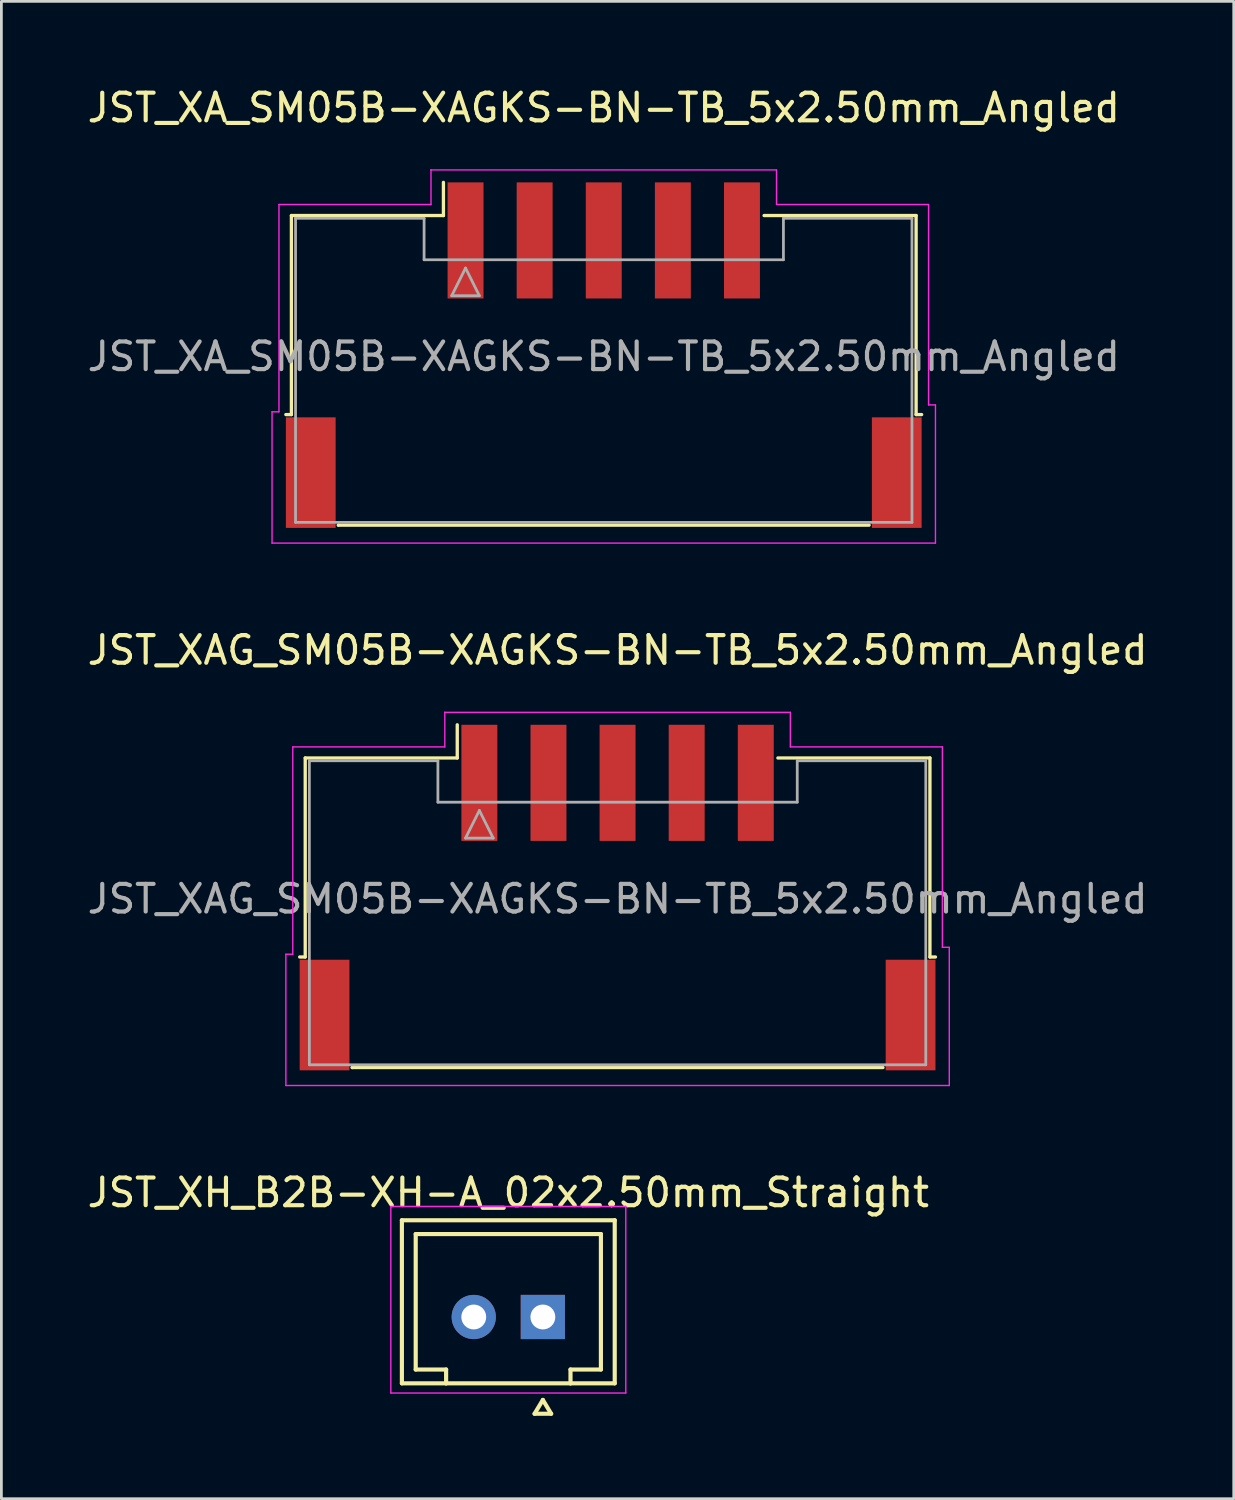
<source format=kicad_pcb>
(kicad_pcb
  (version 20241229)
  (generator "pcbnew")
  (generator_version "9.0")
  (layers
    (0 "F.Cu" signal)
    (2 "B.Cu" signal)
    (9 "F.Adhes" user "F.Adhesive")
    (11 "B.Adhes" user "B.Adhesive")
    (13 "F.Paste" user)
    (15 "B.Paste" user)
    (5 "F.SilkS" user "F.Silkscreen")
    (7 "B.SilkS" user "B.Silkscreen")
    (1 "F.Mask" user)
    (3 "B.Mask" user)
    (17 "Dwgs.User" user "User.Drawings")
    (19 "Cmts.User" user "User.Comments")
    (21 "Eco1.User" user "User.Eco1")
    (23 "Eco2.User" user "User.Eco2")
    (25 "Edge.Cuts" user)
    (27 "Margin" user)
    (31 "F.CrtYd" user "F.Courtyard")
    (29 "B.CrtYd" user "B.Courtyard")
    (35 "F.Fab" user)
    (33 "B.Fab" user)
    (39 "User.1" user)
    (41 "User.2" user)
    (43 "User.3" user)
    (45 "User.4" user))
  (footprint "JST_XAG_SM05B-XAGKS-BN-TB_5x2.50mm_Angled"
    (layer "F.Cu")
    (at 19.292 29.471)
    (property "Reference" "JST_XAG_SM05B-XAGKS-BN-TB_5x2.50mm_Angled" (at 0 -9 0) (layer "F.SilkS") (effects (font (size 1 1) (thickness 0.15))))
    (attr smd)
    (fp_line (start -11.3 -5.1) (end -11.3 2.1) (stroke (width 0.12) (type solid)) (layer "F.SilkS"))
    (fp_line (start -11.3 2.1) (end -11.5 2.1) (stroke (width 0.12) (type solid)) (layer "F.SilkS"))
    (fp_line (start -9.6 6.1) (end -9.6 6.1) (stroke (width 0.12) (type solid)) (layer "F.SilkS"))
    (fp_line (start -5.8 -6.3) (end -5.8 -5.1) (stroke (width 0.12) (type solid)) (layer "F.SilkS"))
    (fp_line (start -5.8 -5.1) (end -11.3 -5.1) (stroke (width 0.12) (type solid)) (layer "F.SilkS"))
    (fp_line (start 5.8 -5.1) (end 11.3 -5.1) (stroke (width 0.12) (type solid)) (layer "F.SilkS"))
    (fp_line (start 9.6 6.1) (end -9.6 6.1) (stroke (width 0.12) (type solid)) (layer "F.SilkS"))
    (fp_line (start 11.3 -5.1) (end 11.3 2.1) (stroke (width 0.12) (type solid)) (layer "F.SilkS"))
    (fp_line (start 11.3 2.1) (end 11.5 2.1) (stroke (width 0.12) (type solid)) (layer "F.SilkS"))
    (fp_line (start -12 2) (end -12 6.75) (stroke (width 0.05) (type solid)) (layer "F.CrtYd"))
    (fp_line (start -12 6.75) (end 12 6.75) (stroke (width 0.05) (type solid)) (layer "F.CrtYd"))
    (fp_line (start -11.75 -5.5) (end -11.75 2) (stroke (width 0.05) (type solid)) (layer "F.CrtYd"))
    (fp_line (start -11.75 2) (end -12 2) (stroke (width 0.05) (type solid)) (layer "F.CrtYd"))
    (fp_line (start -6.25 -6.75) (end -6.25 -6.75) (stroke (width 0.05) (type solid)) (layer "F.CrtYd"))
    (fp_line (start -6.25 -6.75) (end -6.25 -5.5) (stroke (width 0.05) (type solid)) (layer "F.CrtYd"))
    (fp_line (start -6.25 -5.5) (end -11.75 -5.5) (stroke (width 0.05) (type solid)) (layer "F.CrtYd"))
    (fp_line (start 6.25 -6.75) (end -6.25 -6.75) (stroke (width 0.05) (type solid)) (layer "F.CrtYd"))
    (fp_line (start 6.25 -5.5) (end 6.25 -6.75) (stroke (width 0.05) (type solid)) (layer "F.CrtYd"))
    (fp_line (start 11.75 -5.5) (end 6.25 -5.5) (stroke (width 0.05) (type solid)) (layer "F.CrtYd"))
    (fp_line (start 11.75 1.75) (end 11.75 -5.5) (stroke (width 0.05) (type solid)) (layer "F.CrtYd"))
    (fp_line (start 12 1.75) (end 11.75 1.75) (stroke (width 0.05) (type solid)) (layer "F.CrtYd"))
    (fp_line (start 12 6.75) (end 12 1.75) (stroke (width 0.05) (type solid)) (layer "F.CrtYd"))
    (fp_line (start -11.15 -5) (end -11.15 -5) (stroke (width 0.1) (type solid)) (layer "F.Fab"))
    (fp_line (start -11.15 -5) (end -11.15 6) (stroke (width 0.1) (type solid)) (layer "F.Fab"))
    (fp_line (start -6.5 -5) (end -11.15 -5) (stroke (width 0.1) (type solid)) (layer "F.Fab"))
    (fp_line (start -6.5 -3.5) (end -6.5 -5) (stroke (width 0.1) (type solid)) (layer "F.Fab"))
    (fp_line (start -5.5 -2.2) (end -5 -3.2) (stroke (width 0.1) (type solid)) (layer "F.Fab"))
    (fp_line (start -5 -3.2) (end -4.5 -2.2) (stroke (width 0.1) (type solid)) (layer "F.Fab"))
    (fp_line (start -4.5 -2.2) (end -5.5 -2.2) (stroke (width 0.1) (type solid)) (layer "F.Fab"))
    (fp_line (start 6.5 -5) (end 6.5 -3.5) (stroke (width 0.1) (type solid)) (layer "F.Fab"))
    (fp_line (start 6.5 -3.5) (end -6.5 -3.5) (stroke (width 0.1) (type solid)) (layer "F.Fab"))
    (fp_line (start 11.15 -5) (end 6.5 -5) (stroke (width 0.1) (type solid)) (layer "F.Fab"))
    (fp_line (start 11.15 -5) (end 11.15 6) (stroke (width 0.1) (type solid)) (layer "F.Fab"))
    (fp_line (start 11.15 6) (end -11.15 6) (stroke (width 0.1) (type solid)) (layer "F.Fab"))
    (fp_text user "${REFERENCE}" (at 0 0 0) (layer "F.Fab") (effects (font (size 1 1) (thickness 0.15))))
    (pad "" smd rect (at -10.6 4.2) (size 1.8 4) (layers "F.Cu" "F.Mask" "F.Paste"))
    (pad "" smd rect (at 10.6 4.2) (size 1.8 4) (layers "F.Cu" "F.Mask" "F.Paste"))
    (pad "1" smd rect (at -5 -4.2) (size 1.3 4.2) (layers "F.Cu" "F.Mask" "F.Paste"))
    (pad "2" smd rect (at -2.5 -4.2) (size 1.3 4.2) (layers "F.Cu" "F.Mask" "F.Paste"))
    (pad "3" smd rect (at 0 -4.2) (size 1.3 4.2) (layers "F.Cu" "F.Mask" "F.Paste"))
    (pad "4" smd rect (at 2.5 -4.2) (size 1.3 4.2) (layers "F.Cu" "F.Mask" "F.Paste"))
    (pad "5" smd rect (at 5 -4.2) (size 1.3 4.2) (layers "F.Cu" "F.Mask" "F.Paste")))
  (footprint "JST_XA_SM05B-XAGKS-BN-TB_5x2.50mm_Angled"
    (layer "F.Cu")
    (at 18.792 9.848)
    (property "Reference" "JST_XA_SM05B-XAGKS-BN-TB_5x2.50mm_Angled" (at 0 -9 0) (layer "F.SilkS") (effects (font (size 1 1) (thickness 0.15))))
    (attr smd)
    (fp_line (start -11.3 -5.1) (end -11.3 2.1) (stroke (width 0.12) (type solid)) (layer "F.SilkS"))
    (fp_line (start -11.3 2.1) (end -11.5 2.1) (stroke (width 0.12) (type solid)) (layer "F.SilkS"))
    (fp_line (start -9.6 6.1) (end -9.6 6.1) (stroke (width 0.12) (type solid)) (layer "F.SilkS"))
    (fp_line (start -5.8 -6.3) (end -5.8 -5.1) (stroke (width 0.12) (type solid)) (layer "F.SilkS"))
    (fp_line (start -5.8 -5.1) (end -11.3 -5.1) (stroke (width 0.12) (type solid)) (layer "F.SilkS"))
    (fp_line (start 5.8 -5.1) (end 11.3 -5.1) (stroke (width 0.12) (type solid)) (layer "F.SilkS"))
    (fp_line (start 9.6 6.1) (end -9.6 6.1) (stroke (width 0.12) (type solid)) (layer "F.SilkS"))
    (fp_line (start 11.3 -5.1) (end 11.3 2.1) (stroke (width 0.12) (type solid)) (layer "F.SilkS"))
    (fp_line (start 11.3 2.1) (end 11.5 2.1) (stroke (width 0.12) (type solid)) (layer "F.SilkS"))
    (fp_line (start -12 2) (end -12 6.75) (stroke (width 0.05) (type solid)) (layer "F.CrtYd"))
    (fp_line (start -12 6.75) (end 12 6.75) (stroke (width 0.05) (type solid)) (layer "F.CrtYd"))
    (fp_line (start -11.75 -5.5) (end -11.75 2) (stroke (width 0.05) (type solid)) (layer "F.CrtYd"))
    (fp_line (start -11.75 2) (end -12 2) (stroke (width 0.05) (type solid)) (layer "F.CrtYd"))
    (fp_line (start -6.25 -6.75) (end -6.25 -6.75) (stroke (width 0.05) (type solid)) (layer "F.CrtYd"))
    (fp_line (start -6.25 -6.75) (end -6.25 -5.5) (stroke (width 0.05) (type solid)) (layer "F.CrtYd"))
    (fp_line (start -6.25 -5.5) (end -11.75 -5.5) (stroke (width 0.05) (type solid)) (layer "F.CrtYd"))
    (fp_line (start 6.25 -6.75) (end -6.25 -6.75) (stroke (width 0.05) (type solid)) (layer "F.CrtYd"))
    (fp_line (start 6.25 -5.5) (end 6.25 -6.75) (stroke (width 0.05) (type solid)) (layer "F.CrtYd"))
    (fp_line (start 11.75 -5.5) (end 6.25 -5.5) (stroke (width 0.05) (type solid)) (layer "F.CrtYd"))
    (fp_line (start 11.75 1.75) (end 11.75 -5.5) (stroke (width 0.05) (type solid)) (layer "F.CrtYd"))
    (fp_line (start 12 1.75) (end 11.75 1.75) (stroke (width 0.05) (type solid)) (layer "F.CrtYd"))
    (fp_line (start 12 6.75) (end 12 1.75) (stroke (width 0.05) (type solid)) (layer "F.CrtYd"))
    (fp_line (start -11.15 -5) (end -11.15 -5) (stroke (width 0.1) (type solid)) (layer "F.Fab"))
    (fp_line (start -11.15 -5) (end -11.15 6) (stroke (width 0.1) (type solid)) (layer "F.Fab"))
    (fp_line (start -6.5 -5) (end -11.15 -5) (stroke (width 0.1) (type solid)) (layer "F.Fab"))
    (fp_line (start -6.5 -3.5) (end -6.5 -5) (stroke (width 0.1) (type solid)) (layer "F.Fab"))
    (fp_line (start -5.5 -2.2) (end -5 -3.2) (stroke (width 0.1) (type solid)) (layer "F.Fab"))
    (fp_line (start -5 -3.2) (end -4.5 -2.2) (stroke (width 0.1) (type solid)) (layer "F.Fab"))
    (fp_line (start -4.5 -2.2) (end -5.5 -2.2) (stroke (width 0.1) (type solid)) (layer "F.Fab"))
    (fp_line (start 6.5 -5) (end 6.5 -3.5) (stroke (width 0.1) (type solid)) (layer "F.Fab"))
    (fp_line (start 6.5 -3.5) (end -6.5 -3.5) (stroke (width 0.1) (type solid)) (layer "F.Fab"))
    (fp_line (start 11.15 -5) (end 6.5 -5) (stroke (width 0.1) (type solid)) (layer "F.Fab"))
    (fp_line (start 11.15 -5) (end 11.15 6) (stroke (width 0.1) (type solid)) (layer "F.Fab"))
    (fp_line (start 11.15 6) (end -11.15 6) (stroke (width 0.1) (type solid)) (layer "F.Fab"))
    (fp_text user "${REFERENCE}" (at 0 0 0) (layer "F.Fab") (effects (font (size 1 1) (thickness 0.15))))
    (pad "" smd rect (at -10.6 4.2) (size 1.8 4) (layers "F.Cu" "F.Mask" "F.Paste"))
    (pad "" smd rect (at 10.6 4.2) (size 1.8 4) (layers "F.Cu" "F.Mask" "F.Paste"))
    (pad "1" smd rect (at -5 -4.2) (size 1.3 4.2) (layers "F.Cu" "F.Mask" "F.Paste"))
    (pad "2" smd rect (at -2.5 -4.2) (size 1.3 4.2) (layers "F.Cu" "F.Mask" "F.Paste"))
    (pad "3" smd rect (at 0 -4.2) (size 1.3 4.2) (layers "F.Cu" "F.Mask" "F.Paste"))
    (pad "4" smd rect (at 2.5 -4.2) (size 1.3 4.2) (layers "F.Cu" "F.Mask" "F.Paste"))
    (pad "5" smd rect (at 5 -4.2) (size 1.3 4.2) (layers "F.Cu" "F.Mask" "F.Paste")))
  (footprint "JST_XH_B2B-XH-A_02x2.50mm_Straight"
    (layer "F.Cu")
    (at 16.589 44.595)
    (property "Reference" "JST_XH_B2B-XH-A_02x2.50mm_Straight" (at -1.25 -4.5 0) (layer "F.SilkS") (effects (font (size 1 1) (thickness 0.15))))
    (attr through_hole)
    (fp_line (start -5.1 -3.5) (end -5.1 2.4) (stroke (width 0.15) (type solid)) (layer "F.SilkS"))
    (fp_line (start -5.1 -3.5) (end 2.6 -3.5) (stroke (width 0.15) (type solid)) (layer "F.SilkS"))
    (fp_line (start -4.6 1.9) (end -4.6 -3) (stroke (width 0.15) (type solid)) (layer "F.SilkS"))
    (fp_line (start -3.5 1.9) (end -4.6 1.9) (stroke (width 0.15) (type solid)) (layer "F.SilkS"))
    (fp_line (start -3.5 2.4) (end -5.1 2.4) (stroke (width 0.15) (type solid)) (layer "F.SilkS"))
    (fp_line (start -3.5 2.4) (end -3.5 1.9) (stroke (width 0.15) (type solid)) (layer "F.SilkS"))
    (fp_line (start -3.5 2.4) (end 1 2.4) (stroke (width 0.15) (type solid)) (layer "F.SilkS"))
    (fp_line (start -0.3 3.5) (end 0 3) (stroke (width 0.15) (type solid)) (layer "F.SilkS"))
    (fp_line (start 0 3) (end 0.3 3.5) (stroke (width 0.15) (type solid)) (layer "F.SilkS"))
    (fp_line (start 0.3 3.5) (end -0.3 3.5) (stroke (width 0.15) (type solid)) (layer "F.SilkS"))
    (fp_line (start 1 1.9) (end 1 2.4) (stroke (width 0.15) (type solid)) (layer "F.SilkS"))
    (fp_line (start 1 2.4) (end 2.6 2.4) (stroke (width 0.15) (type solid)) (layer "F.SilkS"))
    (fp_line (start 2.1 -3) (end -4.6 -3) (stroke (width 0.15) (type solid)) (layer "F.SilkS"))
    (fp_line (start 2.1 -3) (end 2.1 1.9) (stroke (width 0.15) (type solid)) (layer "F.SilkS"))
    (fp_line (start 2.1 1.9) (end 1 1.9) (stroke (width 0.15) (type solid)) (layer "F.SilkS"))
    (fp_line (start 2.6 -3.5) (end 2.6 2.4) (stroke (width 0.15) (type solid)) (layer "F.SilkS"))
    (fp_line (start -5.5 -4) (end 3 -4) (stroke (width 0.05) (type solid)) (layer "F.CrtYd"))
    (fp_line (start -5.5 2.75) (end -5.5 -4) (stroke (width 0.05) (type solid)) (layer "F.CrtYd"))
    (fp_line (start 3 -4) (end 3 2.75) (stroke (width 0.05) (type solid)) (layer "F.CrtYd"))
    (fp_line (start 3 2.75) (end -5.5 2.75) (stroke (width 0.05) (type solid)) (layer "F.CrtYd"))
    (pad "1" thru_hole rect (at 0 0) (size 1.6 1.6) (drill 0.9) (layers "*.Cu" "*.Mask"))
    (pad "2" thru_hole circle (at -2.5 0) (size 1.6 1.6) (drill 0.9) (layers "*.Cu" "*.Mask")))
  (gr_rect
    (start -3 -3)
    (end 41.583 51.17)
    (stroke (width 0.1) (type default))
    (fill no)
    (layer "Edge.Cuts")))
</source>
